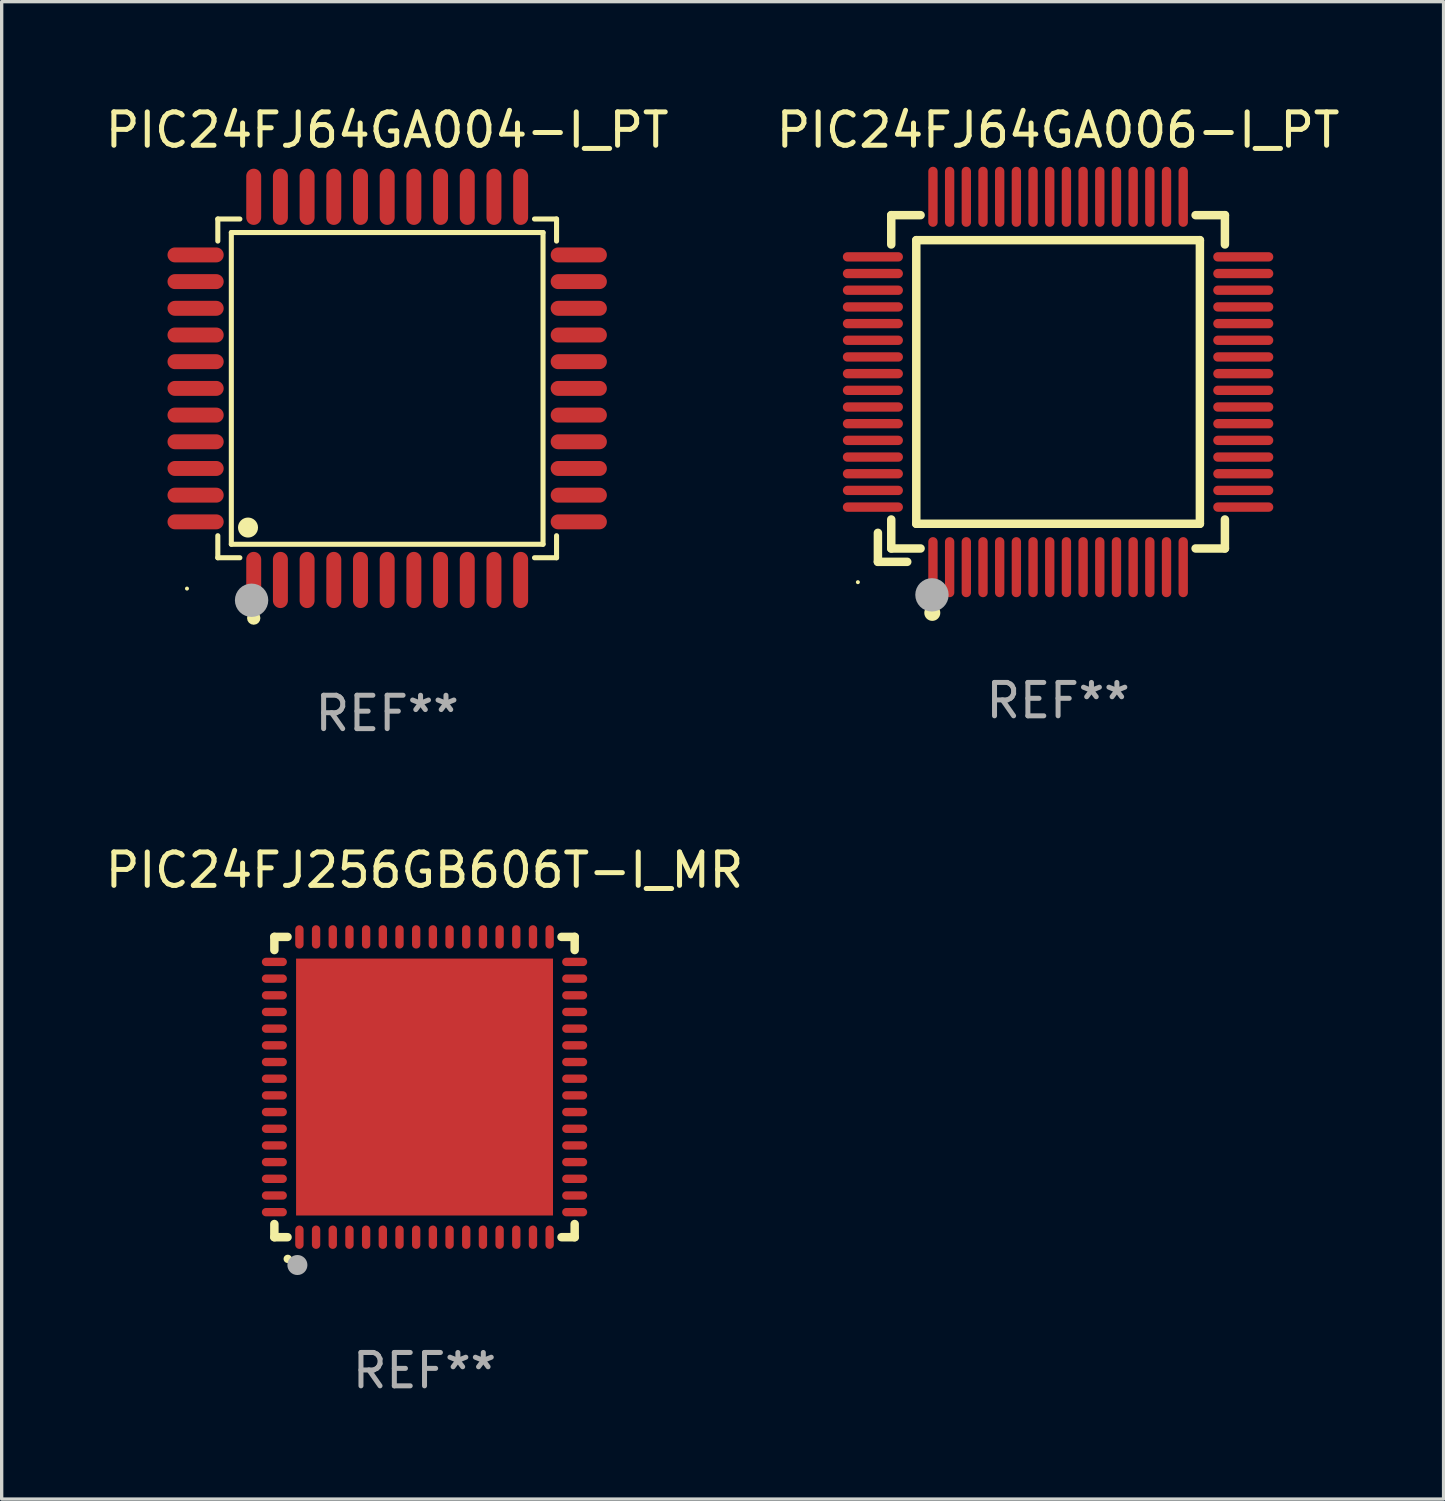
<source format=kicad_pcb>
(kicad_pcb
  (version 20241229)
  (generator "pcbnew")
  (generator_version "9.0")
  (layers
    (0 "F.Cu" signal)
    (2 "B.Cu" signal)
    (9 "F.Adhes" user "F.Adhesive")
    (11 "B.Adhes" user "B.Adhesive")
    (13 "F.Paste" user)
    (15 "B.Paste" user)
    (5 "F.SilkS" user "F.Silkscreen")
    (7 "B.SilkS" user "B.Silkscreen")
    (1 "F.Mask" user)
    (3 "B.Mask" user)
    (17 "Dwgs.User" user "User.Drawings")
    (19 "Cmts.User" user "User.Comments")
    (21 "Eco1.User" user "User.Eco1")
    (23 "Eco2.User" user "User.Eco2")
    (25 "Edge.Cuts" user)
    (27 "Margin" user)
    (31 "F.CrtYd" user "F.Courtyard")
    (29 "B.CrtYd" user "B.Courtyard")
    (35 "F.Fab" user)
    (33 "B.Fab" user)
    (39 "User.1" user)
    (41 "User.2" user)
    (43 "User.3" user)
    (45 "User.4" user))
  (footprint "PIC24FJ64GA004-I_PT"
    (layer "F.Cu")
    (at 8.554 8.59)
    (property "Reference" "PIC24FJ64GA004-I_PT" (at 0 -7.742 0) (layer "F.SilkS") (effects (font (size 1 1) (thickness 0.15))))
    (attr through_hole)
    (fp_line (start -5.076 -5.076) (end -4.415 -5.076) (stroke (width 0.152) (type solid)) (layer "F.SilkS"))
    (fp_line (start -5.076 -4.415) (end -5.076 -5.076) (stroke (width 0.152) (type solid)) (layer "F.SilkS"))
    (fp_line (start -5.076 4.415) (end -5.076 5.076) (stroke (width 0.152) (type solid)) (layer "F.SilkS"))
    (fp_line (start -5.076 5.076) (end -4.415 5.076) (stroke (width 0.152) (type solid)) (layer "F.SilkS"))
    (fp_line (start -4.671 -4.671) (end 4.671 -4.671) (stroke (width 0.152) (type solid)) (layer "F.SilkS"))
    (fp_line (start -4.671 4.671) (end -4.671 -4.671) (stroke (width 0.152) (type solid)) (layer "F.SilkS"))
    (fp_line (start 4.671 -4.671) (end 4.671 4.671) (stroke (width 0.152) (type solid)) (layer "F.SilkS"))
    (fp_line (start 4.671 4.671) (end -4.671 4.671) (stroke (width 0.152) (type solid)) (layer "F.SilkS"))
    (fp_line (start 5.076 -5.076) (end 4.415 -5.076) (stroke (width 0.152) (type solid)) (layer "F.SilkS"))
    (fp_line (start 5.076 -4.415) (end 5.076 -5.076) (stroke (width 0.152) (type solid)) (layer "F.SilkS"))
    (fp_line (start 5.076 4.415) (end 5.076 5.076) (stroke (width 0.152) (type solid)) (layer "F.SilkS"))
    (fp_line (start 5.076 5.076) (end 4.415 5.076) (stroke (width 0.152) (type solid)) (layer "F.SilkS"))
    (fp_circle (center -6 6) (end -5.97 6) (stroke (width 0.06) (type solid)) (fill no) (layer "F.SilkS"))
    (fp_circle (center -4.171 4.171) (end -4.021 4.171) (stroke (width 0.3) (type solid)) (fill no) (layer "F.SilkS"))
    (fp_circle (center -4 6.884) (end -3.9 6.884) (stroke (width 0.2) (type solid)) (fill no) (layer "F.SilkS"))
    (fp_circle (center -4.064 6.35) (end -3.814 6.35) (stroke (width 0.5) (type solid)) (fill no) (layer "F.Fab"))
    (fp_text user "REF**" (at 0 9.742 0) (layer "F.Fab") (effects (font (size 1 1) (thickness 0.15))))
    (pad "1" smd oval (at -4 5.742) (size 0.448 1.684) (layers "F.Cu" "F.Mask" "F.Paste"))
    (pad "2" smd oval (at -3.2 5.742) (size 0.448 1.684) (layers "F.Cu" "F.Mask" "F.Paste"))
    (pad "3" smd oval (at -2.4 5.742) (size 0.448 1.684) (layers "F.Cu" "F.Mask" "F.Paste"))
    (pad "4" smd oval (at -1.6 5.742) (size 0.448 1.684) (layers "F.Cu" "F.Mask" "F.Paste"))
    (pad "5" smd oval (at -0.8 5.742) (size 0.448 1.684) (layers "F.Cu" "F.Mask" "F.Paste"))
    (pad "6" smd oval (at 0 5.742) (size 0.448 1.684) (layers "F.Cu" "F.Mask" "F.Paste"))
    (pad "7" smd oval (at 0.8 5.742) (size 0.448 1.684) (layers "F.Cu" "F.Mask" "F.Paste"))
    (pad "8" smd oval (at 1.6 5.742) (size 0.448 1.684) (layers "F.Cu" "F.Mask" "F.Paste"))
    (pad "9" smd oval (at 2.4 5.742) (size 0.448 1.684) (layers "F.Cu" "F.Mask" "F.Paste"))
    (pad "10" smd oval (at 3.2 5.742) (size 0.448 1.684) (layers "F.Cu" "F.Mask" "F.Paste"))
    (pad "11" smd oval (at 4 5.742) (size 0.448 1.684) (layers "F.Cu" "F.Mask" "F.Paste"))
    (pad "12" smd oval (at 5.742 4) (size 1.684 0.448) (layers "F.Cu" "F.Mask" "F.Paste"))
    (pad "13" smd oval (at 5.742 3.2) (size 1.684 0.448) (layers "F.Cu" "F.Mask" "F.Paste"))
    (pad "14" smd oval (at 5.742 2.4) (size 1.684 0.448) (layers "F.Cu" "F.Mask" "F.Paste"))
    (pad "15" smd oval (at 5.742 1.6) (size 1.684 0.448) (layers "F.Cu" "F.Mask" "F.Paste"))
    (pad "16" smd oval (at 5.742 0.8) (size 1.684 0.448) (layers "F.Cu" "F.Mask" "F.Paste"))
    (pad "17" smd oval (at 5.742 0) (size 1.684 0.448) (layers "F.Cu" "F.Mask" "F.Paste"))
    (pad "18" smd oval (at 5.742 -0.8) (size 1.684 0.448) (layers "F.Cu" "F.Mask" "F.Paste"))
    (pad "19" smd oval (at 5.742 -1.6) (size 1.684 0.448) (layers "F.Cu" "F.Mask" "F.Paste"))
    (pad "20" smd oval (at 5.742 -2.4) (size 1.684 0.448) (layers "F.Cu" "F.Mask" "F.Paste"))
    (pad "21" smd oval (at 5.742 -3.2) (size 1.684 0.448) (layers "F.Cu" "F.Mask" "F.Paste"))
    (pad "22" smd oval (at 5.742 -4) (size 1.684 0.448) (layers "F.Cu" "F.Mask" "F.Paste"))
    (pad "23" smd oval (at 4 -5.742) (size 0.448 1.684) (layers "F.Cu" "F.Mask" "F.Paste"))
    (pad "24" smd oval (at 3.2 -5.742) (size 0.448 1.684) (layers "F.Cu" "F.Mask" "F.Paste"))
    (pad "25" smd oval (at 2.4 -5.742) (size 0.448 1.684) (layers "F.Cu" "F.Mask" "F.Paste"))
    (pad "26" smd oval (at 1.6 -5.742) (size 0.448 1.684) (layers "F.Cu" "F.Mask" "F.Paste"))
    (pad "27" smd oval (at 0.8 -5.742) (size 0.448 1.684) (layers "F.Cu" "F.Mask" "F.Paste"))
    (pad "28" smd oval (at 0 -5.742) (size 0.448 1.684) (layers "F.Cu" "F.Mask" "F.Paste"))
    (pad "29" smd oval (at -0.8 -5.742) (size 0.448 1.684) (layers "F.Cu" "F.Mask" "F.Paste"))
    (pad "30" smd oval (at -1.6 -5.742) (size 0.448 1.684) (layers "F.Cu" "F.Mask" "F.Paste"))
    (pad "31" smd oval (at -2.4 -5.742) (size 0.448 1.684) (layers "F.Cu" "F.Mask" "F.Paste"))
    (pad "32" smd oval (at -3.2 -5.742) (size 0.448 1.684) (layers "F.Cu" "F.Mask" "F.Paste"))
    (pad "33" smd oval (at -4 -5.742) (size 0.448 1.684) (layers "F.Cu" "F.Mask" "F.Paste"))
    (pad "34" smd oval (at -5.742 -4) (size 1.684 0.448) (layers "F.Cu" "F.Mask" "F.Paste"))
    (pad "35" smd oval (at -5.742 -3.2) (size 1.684 0.448) (layers "F.Cu" "F.Mask" "F.Paste"))
    (pad "36" smd oval (at -5.742 -2.4) (size 1.684 0.448) (layers "F.Cu" "F.Mask" "F.Paste"))
    (pad "37" smd oval (at -5.742 -1.6) (size 1.684 0.448) (layers "F.Cu" "F.Mask" "F.Paste"))
    (pad "38" smd oval (at -5.742 -0.8) (size 1.684 0.448) (layers "F.Cu" "F.Mask" "F.Paste"))
    (pad "39" smd oval (at -5.742 0) (size 1.684 0.448) (layers "F.Cu" "F.Mask" "F.Paste"))
    (pad "40" smd oval (at -5.742 0.8) (size 1.684 0.448) (layers "F.Cu" "F.Mask" "F.Paste"))
    (pad "41" smd oval (at -5.742 1.6) (size 1.684 0.448) (layers "F.Cu" "F.Mask" "F.Paste"))
    (pad "42" smd oval (at -5.742 2.4) (size 1.684 0.448) (layers "F.Cu" "F.Mask" "F.Paste"))
    (pad "43" smd oval (at -5.742 3.2) (size 1.684 0.448) (layers "F.Cu" "F.Mask" "F.Paste"))
    (pad "44" smd oval (at -5.742 4) (size 1.684 0.448) (layers "F.Cu" "F.Mask" "F.Paste")))
  (footprint "PIC24FJ256GB606T-I_MR"
    (layer "F.Cu")
    (at 9.673 29.529)
    (property "Reference" "PIC24FJ256GB606T-I_MR" (at 0 -6.5 0) (layer "F.SilkS") (effects (font (size 1 1) (thickness 0.15))))
    (attr through_hole)
    (fp_line (start -4.5 -4.5) (end -4.106 -4.5) (stroke (width 0.254) (type solid)) (layer "F.SilkS"))
    (fp_line (start -4.5 -4.106) (end -4.5 -4.5) (stroke (width 0.254) (type solid)) (layer "F.SilkS"))
    (fp_line (start -4.5 4.5) (end -4.5 4.106) (stroke (width 0.254) (type solid)) (layer "F.SilkS"))
    (fp_line (start -4.106 4.5) (end -4.5 4.5) (stroke (width 0.254) (type solid)) (layer "F.SilkS"))
    (fp_line (start 4.106 -4.5) (end 4.5 -4.5) (stroke (width 0.254) (type solid)) (layer "F.SilkS"))
    (fp_line (start 4.5 -4.5) (end 4.5 -4.106) (stroke (width 0.254) (type solid)) (layer "F.SilkS"))
    (fp_line (start 4.5 4.106) (end 4.5 4.5) (stroke (width 0.254) (type solid)) (layer "F.SilkS"))
    (fp_line (start 4.5 4.5) (end 4.106 4.5) (stroke (width 0.254) (type solid)) (layer "F.SilkS"))
    (fp_arc (start -4.099987 5.149898) (mid -4.098717 5.149892) (end -4.097447 5.149898) (stroke (width 0.24892) (type solid)) (layer "F.SilkS"))
    (fp_circle (center -4.5 4.5) (end -4.47 4.5) (stroke (width 0.06) (type solid)) (fill no) (layer "F.SilkS"))
    (fp_circle (center -3.81 5.334) (end -3.66 5.334) (stroke (width 0.3) (type solid)) (fill no) (layer "F.Fab"))
    (fp_text user "REF**" (at 0 8.5 0) (layer "F.Fab") (effects (font (size 1 1) (thickness 0.15))))
    (pad "1" smd oval (at -3.75 4.5) (size 0.25 0.7) (layers "F.Cu" "F.Mask" "F.Paste"))
    (pad "2" smd oval (at -3.25 4.5) (size 0.25 0.7) (layers "F.Cu" "F.Mask" "F.Paste"))
    (pad "3" smd oval (at -2.75 4.5) (size 0.25 0.7) (layers "F.Cu" "F.Mask" "F.Paste"))
    (pad "4" smd oval (at -2.25 4.5) (size 0.25 0.7) (layers "F.Cu" "F.Mask" "F.Paste"))
    (pad "5" smd oval (at -1.75 4.5) (size 0.25 0.7) (layers "F.Cu" "F.Mask" "F.Paste"))
    (pad "6" smd oval (at -1.25 4.5) (size 0.25 0.7) (layers "F.Cu" "F.Mask" "F.Paste"))
    (pad "7" smd oval (at -0.75 4.5) (size 0.25 0.7) (layers "F.Cu" "F.Mask" "F.Paste"))
    (pad "8" smd oval (at -0.25 4.5) (size 0.25 0.7) (layers "F.Cu" "F.Mask" "F.Paste"))
    (pad "9" smd oval (at 0.25 4.5) (size 0.25 0.7) (layers "F.Cu" "F.Mask" "F.Paste"))
    (pad "10" smd oval (at 0.75 4.5) (size 0.25 0.7) (layers "F.Cu" "F.Mask" "F.Paste"))
    (pad "11" smd oval (at 1.25 4.5) (size 0.25 0.7) (layers "F.Cu" "F.Mask" "F.Paste"))
    (pad "12" smd oval (at 1.75 4.5) (size 0.25 0.7) (layers "F.Cu" "F.Mask" "F.Paste"))
    (pad "13" smd oval (at 2.25 4.5) (size 0.25 0.7) (layers "F.Cu" "F.Mask" "F.Paste"))
    (pad "14" smd oval (at 2.75 4.5) (size 0.25 0.7) (layers "F.Cu" "F.Mask" "F.Paste"))
    (pad "15" smd oval (at 3.25 4.5) (size 0.25 0.7) (layers "F.Cu" "F.Mask" "F.Paste"))
    (pad "16" smd oval (at 3.75 4.5) (size 0.25 0.7) (layers "F.Cu" "F.Mask" "F.Paste"))
    (pad "17" smd oval (at 4.5 3.75) (size 0.75 0.25) (layers "F.Cu" "F.Mask" "F.Paste"))
    (pad "18" smd oval (at 4.5 3.25) (size 0.75 0.25) (layers "F.Cu" "F.Mask" "F.Paste"))
    (pad "19" smd oval (at 4.5 2.75) (size 0.75 0.25) (layers "F.Cu" "F.Mask" "F.Paste"))
    (pad "20" smd oval (at 4.5 2.25) (size 0.75 0.25) (layers "F.Cu" "F.Mask" "F.Paste"))
    (pad "21" smd oval (at 4.5 1.75) (size 0.75 0.25) (layers "F.Cu" "F.Mask" "F.Paste"))
    (pad "22" smd oval (at 4.5 1.25) (size 0.75 0.25) (layers "F.Cu" "F.Mask" "F.Paste"))
    (pad "23" smd oval (at 4.5 0.75) (size 0.75 0.25) (layers "F.Cu" "F.Mask" "F.Paste"))
    (pad "24" smd oval (at 4.5 0.25) (size 0.75 0.25) (layers "F.Cu" "F.Mask" "F.Paste"))
    (pad "25" smd oval (at 4.5 -0.25) (size 0.75 0.25) (layers "F.Cu" "F.Mask" "F.Paste"))
    (pad "26" smd oval (at 4.5 -0.75) (size 0.75 0.25) (layers "F.Cu" "F.Mask" "F.Paste"))
    (pad "27" smd oval (at 4.5 -1.25) (size 0.75 0.25) (layers "F.Cu" "F.Mask" "F.Paste"))
    (pad "28" smd oval (at 4.5 -1.75) (size 0.75 0.25) (layers "F.Cu" "F.Mask" "F.Paste"))
    (pad "29" smd oval (at 4.5 -2.25) (size 0.75 0.25) (layers "F.Cu" "F.Mask" "F.Paste"))
    (pad "30" smd oval (at 4.5 -2.75) (size 0.75 0.25) (layers "F.Cu" "F.Mask" "F.Paste"))
    (pad "31" smd oval (at 4.5 -3.25) (size 0.75 0.25) (layers "F.Cu" "F.Mask" "F.Paste"))
    (pad "32" smd oval (at 4.5 -3.75) (size 0.75 0.25) (layers "F.Cu" "F.Mask" "F.Paste"))
    (pad "33" smd oval (at 3.75 -4.5) (size 0.25 0.7) (layers "F.Cu" "F.Mask" "F.Paste"))
    (pad "34" smd oval (at 3.25 -4.5) (size 0.25 0.7) (layers "F.Cu" "F.Mask" "F.Paste"))
    (pad "35" smd oval (at 2.75 -4.5) (size 0.25 0.7) (layers "F.Cu" "F.Mask" "F.Paste"))
    (pad "36" smd oval (at 2.25 -4.5) (size 0.25 0.7) (layers "F.Cu" "F.Mask" "F.Paste"))
    (pad "37" smd oval (at 1.75 -4.5) (size 0.25 0.7) (layers "F.Cu" "F.Mask" "F.Paste"))
    (pad "38" smd oval (at 1.25 -4.5) (size 0.25 0.7) (layers "F.Cu" "F.Mask" "F.Paste"))
    (pad "39" smd oval (at 0.75 -4.5) (size 0.25 0.7) (layers "F.Cu" "F.Mask" "F.Paste"))
    (pad "40" smd oval (at 0.25 -4.5) (size 0.25 0.7) (layers "F.Cu" "F.Mask" "F.Paste"))
    (pad "41" smd oval (at -0.25 -4.5) (size 0.25 0.7) (layers "F.Cu" "F.Mask" "F.Paste"))
    (pad "42" smd oval (at -0.75 -4.5) (size 0.25 0.7) (layers "F.Cu" "F.Mask" "F.Paste"))
    (pad "43" smd oval (at -1.25 -4.5) (size 0.25 0.7) (layers "F.Cu" "F.Mask" "F.Paste"))
    (pad "44" smd oval (at -1.75 -4.5) (size 0.25 0.7) (layers "F.Cu" "F.Mask" "F.Paste"))
    (pad "45" smd oval (at -2.25 -4.5) (size 0.25 0.7) (layers "F.Cu" "F.Mask" "F.Paste"))
    (pad "46" smd oval (at -2.75 -4.5) (size 0.25 0.7) (layers "F.Cu" "F.Mask" "F.Paste"))
    (pad "47" smd oval (at -3.25 -4.5) (size 0.25 0.7) (layers "F.Cu" "F.Mask" "F.Paste"))
    (pad "48" smd oval (at -3.75 -4.5) (size 0.25 0.7) (layers "F.Cu" "F.Mask" "F.Paste"))
    (pad "49" smd oval (at -4.5 -3.75) (size 0.75 0.25) (layers "F.Cu" "F.Mask" "F.Paste"))
    (pad "50" smd oval (at -4.5 -3.25) (size 0.75 0.25) (layers "F.Cu" "F.Mask" "F.Paste"))
    (pad "51" smd oval (at -4.5 -2.75) (size 0.75 0.25) (layers "F.Cu" "F.Mask" "F.Paste"))
    (pad "52" smd oval (at -4.5 -2.25) (size 0.75 0.25) (layers "F.Cu" "F.Mask" "F.Paste"))
    (pad "53" smd oval (at -4.5 -1.75) (size 0.75 0.25) (layers "F.Cu" "F.Mask" "F.Paste"))
    (pad "54" smd oval (at -4.5 -1.25) (size 0.75 0.25) (layers "F.Cu" "F.Mask" "F.Paste"))
    (pad "55" smd oval (at -4.5 -0.75) (size 0.75 0.25) (layers "F.Cu" "F.Mask" "F.Paste"))
    (pad "56" smd oval (at -4.5 -0.25) (size 0.75 0.25) (layers "F.Cu" "F.Mask" "F.Paste"))
    (pad "57" smd oval (at -4.5 0.25) (size 0.75 0.25) (layers "F.Cu" "F.Mask" "F.Paste"))
    (pad "58" smd oval (at -4.5 0.75) (size 0.75 0.25) (layers "F.Cu" "F.Mask" "F.Paste"))
    (pad "59" smd oval (at -4.5 1.25) (size 0.75 0.25) (layers "F.Cu" "F.Mask" "F.Paste"))
    (pad "60" smd oval (at -4.5 1.75) (size 0.75 0.25) (layers "F.Cu" "F.Mask" "F.Paste"))
    (pad "61" smd oval (at -4.5 2.25) (size 0.75 0.25) (layers "F.Cu" "F.Mask" "F.Paste"))
    (pad "62" smd oval (at -4.5 2.75) (size 0.75 0.25) (layers "F.Cu" "F.Mask" "F.Paste"))
    (pad "63" smd oval (at -4.5 3.25) (size 0.75 0.25) (layers "F.Cu" "F.Mask" "F.Paste"))
    (pad "64" smd oval (at -4.5 3.75) (size 0.75 0.25) (layers "F.Cu" "F.Mask" "F.Paste"))
    (pad "65" smd rect (at 0.000394 -0.000013) (size 7.7 7.7) (layers "F.Cu" "F.Mask" "F.Paste")))
  (footprint "PIC24FJ64GA006-I_PT"
    (layer "F.Cu")
    (at 28.661 8.398)
    (property "Reference" "PIC24FJ64GA006-I_PT" (at 0 -7.55 0) (layer "F.SilkS") (effects (font (size 1 1) (thickness 0.15))))
    (attr through_hole)
    (fp_line (start -5.4 4.521) (end -5.4 5.39) (stroke (width 0.254) (type solid)) (layer "F.SilkS"))
    (fp_line (start -5.4 5.39) (end -4.521 5.39) (stroke (width 0.254) (type solid)) (layer "F.SilkS"))
    (fp_line (start -5 -5) (end -5 -4.121) (stroke (width 0.254) (type solid)) (layer "F.SilkS"))
    (fp_line (start -5 4.121) (end -5 4.99) (stroke (width 0.254) (type solid)) (layer "F.SilkS"))
    (fp_line (start -5 4.99) (end -4.121 4.99) (stroke (width 0.254) (type solid)) (layer "F.SilkS"))
    (fp_line (start -4.25 -4.25) (end -4.25 4.25) (stroke (width 0.254) (type solid)) (layer "F.SilkS"))
    (fp_line (start -4.25 4.25) (end 4.25 4.25) (stroke (width 0.254) (type solid)) (layer "F.SilkS"))
    (fp_line (start -4.121 -5) (end -5 -5) (stroke (width 0.254) (type solid)) (layer "F.SilkS"))
    (fp_line (start 4.121 4.99) (end 5 4.99) (stroke (width 0.254) (type solid)) (layer "F.SilkS"))
    (fp_line (start 4.25 -4.25) (end -4.25 -4.25) (stroke (width 0.254) (type solid)) (layer "F.SilkS"))
    (fp_line (start 4.25 4.25) (end 4.25 -4.25) (stroke (width 0.254) (type solid)) (layer "F.SilkS"))
    (fp_line (start 5 -5) (end 4.121 -5) (stroke (width 0.254) (type solid)) (layer "F.SilkS"))
    (fp_line (start 5 -4.121) (end 5 -5) (stroke (width 0.254) (type solid)) (layer "F.SilkS"))
    (fp_line (start 5 4.99) (end 5 4.121) (stroke (width 0.254) (type solid)) (layer "F.SilkS"))
    (fp_circle (center -6 6) (end -5.97 6) (stroke (width 0.06) (type solid)) (fill no) (layer "F.SilkS"))
    (fp_circle (center -3.77 6.92) (end -3.65 6.92) (stroke (width 0.24) (type solid)) (fill no) (layer "F.SilkS"))
    (fp_circle (center -3.78 6.38) (end -3.53 6.38) (stroke (width 0.5) (type solid)) (fill no) (layer "F.Fab"))
    (fp_text user "REF**" (at 0 9.55 0) (layer "F.Fab") (effects (font (size 1 1) (thickness 0.15))))
    (pad "1" smd oval (at -3.75 5.55) (size 0.28 1.8) (layers "F.Cu" "F.Mask" "F.Paste"))
    (pad "2" smd oval (at -3.25 5.55) (size 0.28 1.8) (layers "F.Cu" "F.Mask" "F.Paste"))
    (pad "3" smd oval (at -2.75 5.55) (size 0.28 1.8) (layers "F.Cu" "F.Mask" "F.Paste"))
    (pad "4" smd oval (at -2.25 5.55) (size 0.28 1.8) (layers "F.Cu" "F.Mask" "F.Paste"))
    (pad "5" smd oval (at -1.75 5.55) (size 0.28 1.8) (layers "F.Cu" "F.Mask" "F.Paste"))
    (pad "6" smd oval (at -1.25 5.55) (size 0.28 1.8) (layers "F.Cu" "F.Mask" "F.Paste"))
    (pad "7" smd oval (at -0.75 5.55) (size 0.28 1.8) (layers "F.Cu" "F.Mask" "F.Paste"))
    (pad "8" smd oval (at -0.25 5.55) (size 0.28 1.8) (layers "F.Cu" "F.Mask" "F.Paste"))
    (pad "9" smd oval (at 0.25 5.55) (size 0.28 1.8) (layers "F.Cu" "F.Mask" "F.Paste"))
    (pad "10" smd oval (at 0.75 5.55) (size 0.28 1.8) (layers "F.Cu" "F.Mask" "F.Paste"))
    (pad "11" smd oval (at 1.25 5.55) (size 0.28 1.8) (layers "F.Cu" "F.Mask" "F.Paste"))
    (pad "12" smd oval (at 1.75 5.55) (size 0.28 1.8) (layers "F.Cu" "F.Mask" "F.Paste"))
    (pad "13" smd oval (at 2.25 5.55) (size 0.28 1.8) (layers "F.Cu" "F.Mask" "F.Paste"))
    (pad "14" smd oval (at 2.75 5.55) (size 0.28 1.8) (layers "F.Cu" "F.Mask" "F.Paste"))
    (pad "15" smd oval (at 3.25 5.55) (size 0.28 1.8) (layers "F.Cu" "F.Mask" "F.Paste"))
    (pad "16" smd oval (at 3.75 5.55) (size 0.28 1.8) (layers "F.Cu" "F.Mask" "F.Paste"))
    (pad "17" smd oval (at 5.55 3.75) (size 1.8 0.28) (layers "F.Cu" "F.Mask" "F.Paste"))
    (pad "18" smd oval (at 5.55 3.25) (size 1.8 0.28) (layers "F.Cu" "F.Mask" "F.Paste"))
    (pad "19" smd oval (at 5.55 2.75) (size 1.8 0.28) (layers "F.Cu" "F.Mask" "F.Paste"))
    (pad "20" smd oval (at 5.55 2.25) (size 1.8 0.28) (layers "F.Cu" "F.Mask" "F.Paste"))
    (pad "21" smd oval (at 5.55 1.75) (size 1.8 0.28) (layers "F.Cu" "F.Mask" "F.Paste"))
    (pad "22" smd oval (at 5.55 1.25) (size 1.8 0.28) (layers "F.Cu" "F.Mask" "F.Paste"))
    (pad "23" smd oval (at 5.55 0.75) (size 1.8 0.28) (layers "F.Cu" "F.Mask" "F.Paste"))
    (pad "24" smd oval (at 5.55 0.25) (size 1.8 0.28) (layers "F.Cu" "F.Mask" "F.Paste"))
    (pad "25" smd oval (at 5.55 -0.25) (size 1.8 0.28) (layers "F.Cu" "F.Mask" "F.Paste"))
    (pad "26" smd oval (at 5.55 -0.75) (size 1.8 0.28) (layers "F.Cu" "F.Mask" "F.Paste"))
    (pad "27" smd oval (at 5.55 -1.25) (size 1.8 0.28) (layers "F.Cu" "F.Mask" "F.Paste"))
    (pad "28" smd oval (at 5.55 -1.75) (size 1.8 0.28) (layers "F.Cu" "F.Mask" "F.Paste"))
    (pad "29" smd oval (at 5.55 -2.25) (size 1.8 0.28) (layers "F.Cu" "F.Mask" "F.Paste"))
    (pad "30" smd oval (at 5.55 -2.75) (size 1.8 0.28) (layers "F.Cu" "F.Mask" "F.Paste"))
    (pad "31" smd oval (at 5.55 -3.25) (size 1.8 0.28) (layers "F.Cu" "F.Mask" "F.Paste"))
    (pad "32" smd oval (at 5.55 -3.75) (size 1.8 0.28) (layers "F.Cu" "F.Mask" "F.Paste"))
    (pad "33" smd oval (at 3.75 -5.55) (size 0.28 1.8) (layers "F.Cu" "F.Mask" "F.Paste"))
    (pad "34" smd oval (at 3.25 -5.55) (size 0.28 1.8) (layers "F.Cu" "F.Mask" "F.Paste"))
    (pad "35" smd oval (at 2.75 -5.55) (size 0.28 1.8) (layers "F.Cu" "F.Mask" "F.Paste"))
    (pad "36" smd oval (at 2.25 -5.55) (size 0.28 1.8) (layers "F.Cu" "F.Mask" "F.Paste"))
    (pad "37" smd oval (at 1.75 -5.55) (size 0.28 1.8) (layers "F.Cu" "F.Mask" "F.Paste"))
    (pad "38" smd oval (at 1.25 -5.55) (size 0.28 1.8) (layers "F.Cu" "F.Mask" "F.Paste"))
    (pad "39" smd oval (at 0.75 -5.55) (size 0.28 1.8) (layers "F.Cu" "F.Mask" "F.Paste"))
    (pad "40" smd oval (at 0.25 -5.55) (size 0.28 1.8) (layers "F.Cu" "F.Mask" "F.Paste"))
    (pad "41" smd oval (at -0.25 -5.55) (size 0.28 1.8) (layers "F.Cu" "F.Mask" "F.Paste"))
    (pad "42" smd oval (at -0.75 -5.55) (size 0.28 1.8) (layers "F.Cu" "F.Mask" "F.Paste"))
    (pad "43" smd oval (at -1.25 -5.55) (size 0.28 1.8) (layers "F.Cu" "F.Mask" "F.Paste"))
    (pad "44" smd oval (at -1.75 -5.55) (size 0.28 1.8) (layers "F.Cu" "F.Mask" "F.Paste"))
    (pad "45" smd oval (at -2.25 -5.55) (size 0.28 1.8) (layers "F.Cu" "F.Mask" "F.Paste"))
    (pad "46" smd oval (at -2.75 -5.55) (size 0.28 1.8) (layers "F.Cu" "F.Mask" "F.Paste"))
    (pad "47" smd oval (at -3.25 -5.55) (size 0.28 1.8) (layers "F.Cu" "F.Mask" "F.Paste"))
    (pad "48" smd oval (at -3.75 -5.55) (size 0.28 1.8) (layers "F.Cu" "F.Mask" "F.Paste"))
    (pad "49" smd oval (at -5.55 -3.75) (size 1.8 0.28) (layers "F.Cu" "F.Mask" "F.Paste"))
    (pad "50" smd oval (at -5.55 -3.25) (size 1.8 0.28) (layers "F.Cu" "F.Mask" "F.Paste"))
    (pad "51" smd oval (at -5.55 -2.75) (size 1.8 0.28) (layers "F.Cu" "F.Mask" "F.Paste"))
    (pad "52" smd oval (at -5.55 -2.25) (size 1.8 0.28) (layers "F.Cu" "F.Mask" "F.Paste"))
    (pad "53" smd oval (at -5.55 -1.75) (size 1.8 0.28) (layers "F.Cu" "F.Mask" "F.Paste"))
    (pad "54" smd oval (at -5.55 -1.25) (size 1.8 0.28) (layers "F.Cu" "F.Mask" "F.Paste"))
    (pad "55" smd oval (at -5.55 -0.75) (size 1.8 0.28) (layers "F.Cu" "F.Mask" "F.Paste"))
    (pad "56" smd oval (at -5.55 -0.25) (size 1.8 0.28) (layers "F.Cu" "F.Mask" "F.Paste"))
    (pad "57" smd oval (at -5.55 0.25) (size 1.8 0.28) (layers "F.Cu" "F.Mask" "F.Paste"))
    (pad "58" smd oval (at -5.55 0.75) (size 1.8 0.28) (layers "F.Cu" "F.Mask" "F.Paste"))
    (pad "59" smd oval (at -5.55 1.25) (size 1.8 0.28) (layers "F.Cu" "F.Mask" "F.Paste"))
    (pad "60" smd oval (at -5.55 1.75) (size 1.8 0.28) (layers "F.Cu" "F.Mask" "F.Paste"))
    (pad "61" smd oval (at -5.55 2.25) (size 1.8 0.28) (layers "F.Cu" "F.Mask" "F.Paste"))
    (pad "62" smd oval (at -5.55 2.75) (size 1.8 0.28) (layers "F.Cu" "F.Mask" "F.Paste"))
    (pad "63" smd oval (at -5.55 3.25) (size 1.8 0.28) (layers "F.Cu" "F.Mask" "F.Paste"))
    (pad "64" smd oval (at -5.55 3.75) (size 1.8 0.28) (layers "F.Cu" "F.Mask" "F.Paste")))
  (gr_rect
    (start -3 -3)
    (end 40.214 41.877)
    (stroke (width 0.1) (type default))
    (fill no)
    (layer "Edge.Cuts")))
</source>
